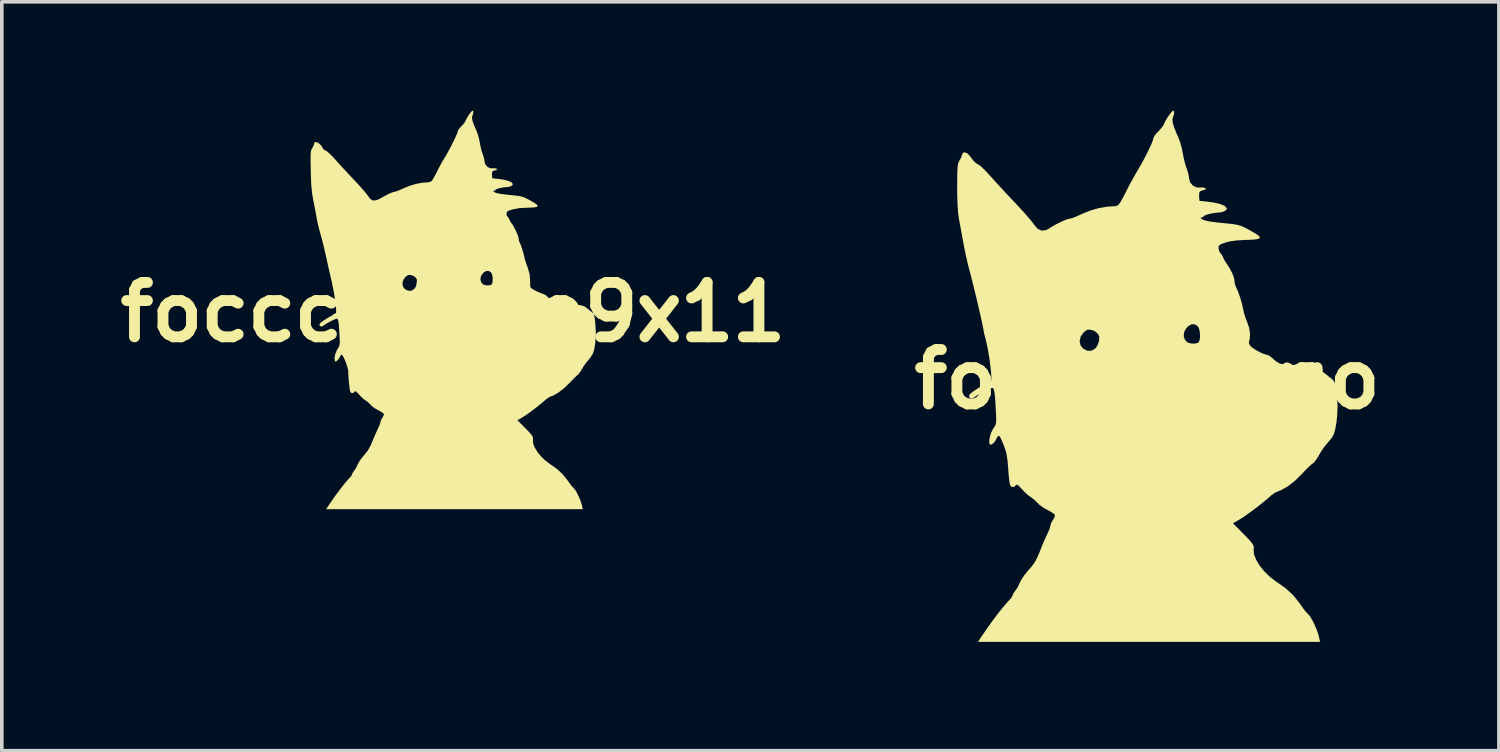
<source format=kicad_pcb>
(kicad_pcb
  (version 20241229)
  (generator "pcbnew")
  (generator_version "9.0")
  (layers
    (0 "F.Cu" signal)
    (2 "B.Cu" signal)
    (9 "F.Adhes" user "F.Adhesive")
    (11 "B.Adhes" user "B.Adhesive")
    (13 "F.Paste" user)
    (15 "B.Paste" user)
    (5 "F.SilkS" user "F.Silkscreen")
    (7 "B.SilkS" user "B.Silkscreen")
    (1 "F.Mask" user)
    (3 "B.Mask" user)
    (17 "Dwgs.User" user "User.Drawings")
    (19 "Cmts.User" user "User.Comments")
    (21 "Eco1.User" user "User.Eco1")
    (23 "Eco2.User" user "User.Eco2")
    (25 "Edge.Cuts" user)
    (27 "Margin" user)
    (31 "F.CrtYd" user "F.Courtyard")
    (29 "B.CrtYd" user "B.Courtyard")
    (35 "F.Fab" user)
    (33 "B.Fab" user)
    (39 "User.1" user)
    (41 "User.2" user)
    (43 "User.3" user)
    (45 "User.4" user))
  (footprint "foccci_logo9x11"
    (layer "F.Cu")
    (at 9.443 5.557)
    (property "Reference" "foccci_logo9x11" (at 0 0 0) (layer "F.SilkS") (effects (font (size 1.5 1.5) (thickness 0.3))))
    (attr board_only exclude_from_pos_files exclude_from_bom)
    (fp_poly (pts (xy 0.556 -5.537) (xy 0.552 -5.484) (xy 0.531 -5.423) (xy 0.519 -5.373) (xy 0.526 -5.306) (xy 0.553 -5.214) (xy 0.602 -5.09) (xy 0.643 -4.999) (xy 0.681 -4.898) (xy 0.714 -4.775) (xy 0.734 -4.676) (xy 0.756 -4.561) (xy 0.785 -4.445) (xy 0.812 -4.364) (xy 0.841 -4.275) (xy 0.86 -4.193) (xy 0.863 -4.159) (xy 0.885 -4.075) (xy 0.942 -4.008) (xy 1.019 -3.969) (xy 1.08 -3.967) (xy 1.147 -3.969) (xy 1.194 -3.958) (xy 1.212 -3.943) (xy 1.204 -3.93) (xy 1.162 -3.913) (xy 1.096 -3.893) (xy 1.073 -3.86) (xy 1.071 -3.787) (xy 1.078 -3.692) (xy 1.231 -3.677) (xy 1.385 -3.655) (xy 1.51 -3.624) (xy 1.596 -3.587) (xy 1.626 -3.562) (xy 1.646 -3.526) (xy 1.624 -3.496) (xy 1.612 -3.486) (xy 1.549 -3.459) (xy 1.494 -3.451) (xy 1.419 -3.446) (xy 1.335 -3.432) (xy 1.255 -3.413) (xy 1.194 -3.392) (xy 1.167 -3.374) (xy 1.167 -3.373) (xy 1.146 -3.353) (xy 1.124 -3.349) (xy 1.1 -3.344) (xy 1.117 -3.324) (xy 1.139 -3.308) (xy 1.194 -3.286) (xy 1.293 -3.265) (xy 1.44 -3.245) (xy 1.552 -3.233) (xy 1.694 -3.219) (xy 1.798 -3.206) (xy 1.877 -3.191) (xy 1.944 -3.17) (xy 2.012 -3.14) (xy 2.093 -3.098) (xy 2.122 -3.082) (xy 2.239 -3.015) (xy 2.309 -2.964) (xy 2.333 -2.928) (xy 2.308 -2.904) (xy 2.235 -2.89) (xy 2.112 -2.883) (xy 2.055 -2.882) (xy 1.831 -2.87) (xy 1.653 -2.838) (xy 1.63 -2.832) (xy 1.545 -2.804) (xy 1.497 -2.781) (xy 1.476 -2.754) (xy 1.472 -2.715) (xy 1.472 -2.712) (xy 1.478 -2.66) (xy 1.494 -2.639) (xy 1.517 -2.618) (xy 1.546 -2.566) (xy 1.55 -2.556) (xy 1.577 -2.498) (xy 1.599 -2.463) (xy 1.601 -2.461) (xy 1.631 -2.424) (xy 1.672 -2.354) (xy 1.717 -2.267) (xy 1.758 -2.177) (xy 1.789 -2.099) (xy 1.802 -2.048) (xy 1.802 -2.047) (xy 1.811 -1.978) (xy 1.827 -1.934) (xy 1.864 -1.854) (xy 1.903 -1.744) (xy 1.938 -1.623) (xy 1.959 -1.535) (xy 1.982 -1.442) (xy 2.018 -1.33) (xy 2.05 -1.243) (xy 2.105 -1.055) (xy 2.12 -0.901) (xy 2.123 -0.807) (xy 2.125 -0.733) (xy 2.128 -0.692) (xy 2.128 -0.692) (xy 2.152 -0.663) (xy 2.212 -0.623) (xy 2.296 -0.579) (xy 2.392 -0.536) (xy 2.468 -0.509) (xy 2.538 -0.478) (xy 2.589 -0.44) (xy 2.594 -0.433) (xy 2.643 -0.385) (xy 2.708 -0.345) (xy 2.772 -0.322) (xy 2.818 -0.323) (xy 2.825 -0.328) (xy 2.875 -0.353) (xy 2.939 -0.338) (xy 2.996 -0.303) (xy 3.058 -0.272) (xy 3.154 -0.247) (xy 3.292 -0.224) (xy 3.334 -0.219) (xy 3.458 -0.202) (xy 3.544 -0.186) (xy 3.604 -0.166) (xy 3.651 -0.139) (xy 3.684 -0.112) (xy 3.753 -0.056) (xy 3.817 -0.007) (xy 3.83 0.002) (xy 3.858 0.025) (xy 3.878 0.057) (xy 3.893 0.109) (xy 3.906 0.192) (xy 3.919 0.314) (xy 3.934 0.581) (xy 3.919 0.836) (xy 3.889 1.028) (xy 3.853 1.137) (xy 3.785 1.248) (xy 3.7 1.349) (xy 3.651 1.411) (xy 3.592 1.497) (xy 3.549 1.567) (xy 3.503 1.643) (xy 3.463 1.699) (xy 3.44 1.723) (xy 3.413 1.744) (xy 3.359 1.795) (xy 3.287 1.868) (xy 3.213 1.945) (xy 3.051 2.1) (xy 2.895 2.22) (xy 2.751 2.3) (xy 2.69 2.322) (xy 2.63 2.351) (xy 2.562 2.4) (xy 2.55 2.411) (xy 2.46 2.49) (xy 2.347 2.582) (xy 2.222 2.679) (xy 2.098 2.771) (xy 1.988 2.848) (xy 1.907 2.899) (xy 1.77 2.977) (xy 1.924 3.131) (xy 2.033 3.241) (xy 2.11 3.322) (xy 2.16 3.382) (xy 2.189 3.427) (xy 2.201 3.464) (xy 2.201 3.501) (xy 2.198 3.524) (xy 2.205 3.618) (xy 2.249 3.731) (xy 2.323 3.853) (xy 2.422 3.974) (xy 2.538 4.087) (xy 2.66 4.179) (xy 2.852 4.314) (xy 3.006 4.454) (xy 3.135 4.609) (xy 3.162 4.648) (xy 3.223 4.734) (xy 3.279 4.805) (xy 3.32 4.85) (xy 3.327 4.856) (xy 3.365 4.9) (xy 3.411 4.978) (xy 3.46 5.077) (xy 3.505 5.183) (xy 3.538 5.283) (xy 3.549 5.322) (xy 3.572 5.43) (xy 0.035 5.43) (xy -3.503 5.43) (xy -3.371 5.234) (xy -3.284 5.108) (xy -3.188 4.975) (xy -3.09 4.846) (xy -2.998 4.729) (xy -2.918 4.635) (xy -2.86 4.572) (xy -2.857 4.569) (xy -2.813 4.52) (xy -2.792 4.48) (xy -2.791 4.476) (xy -2.776 4.437) (xy -2.739 4.382) (xy -2.731 4.373) (xy -2.682 4.299) (xy -2.64 4.213) (xy -2.636 4.202) (xy -2.602 4.135) (xy -2.543 4.049) (xy -2.472 3.96) (xy -2.46 3.946) (xy -2.36 3.822) (xy -2.282 3.687) (xy -2.234 3.576) (xy -2.185 3.457) (xy -2.132 3.336) (xy -2.085 3.234) (xy -2.077 3.217) (xy -2.039 3.133) (xy -2.013 3.062) (xy -2.005 3.024) (xy -1.989 2.971) (xy -1.953 2.91) (xy -1.951 2.908) (xy -1.919 2.852) (xy -1.911 2.807) (xy -1.912 2.805) (xy -1.941 2.775) (xy -2.002 2.735) (xy -2.066 2.702) (xy -2.155 2.652) (xy -2.236 2.592) (xy -2.273 2.555) (xy -2.335 2.492) (xy -2.401 2.442) (xy -2.412 2.436) (xy -2.466 2.396) (xy -2.536 2.333) (xy -2.59 2.275) (xy -2.65 2.21) (xy -2.688 2.18) (xy -2.711 2.18) (xy -2.72 2.193) (xy -2.762 2.229) (xy -2.811 2.224) (xy -2.834 2.201) (xy -2.844 2.164) (xy -2.856 2.089) (xy -2.868 1.989) (xy -2.879 1.878) (xy -2.887 1.769) (xy -2.892 1.674) (xy -2.892 1.639) (xy -2.9 1.577) (xy -2.923 1.492) (xy -2.955 1.397) (xy -2.991 1.305) (xy -3.028 1.228) (xy -3.059 1.179) (xy -3.075 1.167) (xy -3.1 1.188) (xy -3.119 1.224) (xy -3.155 1.286) (xy -3.194 1.329) (xy -3.233 1.36) (xy -3.253 1.357) (xy -3.263 1.335) (xy -3.272 1.256) (xy -3.252 1.157) (xy -3.21 1.053) (xy -3.184 1.01) (xy -3.156 0.964) (xy -3.138 0.923) (xy -3.128 0.874) (xy -3.126 0.806) (xy -3.13 0.705) (xy -3.134 0.627) (xy -3.144 0.461) (xy -3.153 0.339) (xy -3.164 0.256) (xy -3.176 0.206) (xy -3.192 0.182) (xy -3.205 0.178) (xy -3.252 0.191) (xy -3.326 0.224) (xy -3.414 0.269) (xy -3.501 0.319) (xy -3.571 0.365) (xy -3.588 0.378) (xy -3.635 0.396) (xy -3.673 0.381) (xy -3.689 0.346) (xy -3.674 0.311) (xy -3.636 0.277) (xy -3.573 0.231) (xy -3.498 0.181) (xy -3.425 0.137) (xy -3.37 0.108) (xy -3.349 0.101) (xy -3.325 0.084) (xy -3.324 0.079) (xy -3.303 0.056) (xy -3.27 0.043) (xy -3.243 0.032) (xy -3.229 0.012) (xy -3.225 -0.031) (xy -3.229 -0.105) (xy -3.234 -0.17) (xy -3.251 -0.31) (xy -3.278 -0.482) (xy -3.312 -0.667) (xy -3.337 -0.786) (xy -1.4 -0.786) (xy -1.38 -0.698) (xy -1.329 -0.636) (xy -1.238 -0.591) (xy -1.149 -0.593) (xy -1.071 -0.642) (xy -1.068 -0.645) (xy -1.026 -0.711) (xy -0.999 -0.794) (xy -0.997 -0.806) (xy -0.994 -0.88) (xy -0.999 -0.892) (xy 0.752 -0.892) (xy 0.781 -0.813) (xy 0.83 -0.764) (xy 0.897 -0.742) (xy 0.976 -0.739) (xy 1.042 -0.754) (xy 1.061 -0.766) (xy 1.082 -0.816) (xy 1.09 -0.895) (xy 1.085 -0.982) (xy 1.066 -1.057) (xy 1.052 -1.085) (xy 0.993 -1.134) (xy 0.924 -1.14) (xy 0.853 -1.107) (xy 0.792 -1.038) (xy 0.761 -0.975) (xy 0.752 -0.892) (xy -0.999 -0.892) (xy -1.015 -0.931) (xy -1.042 -0.961) (xy -1.093 -0.999) (xy -1.132 -1.015) (xy -1.183 -1.024) (xy -1.203 -1.03) (xy -1.248 -1.023) (xy -1.31 -0.977) (xy -1.319 -0.969) (xy -1.38 -0.881) (xy -1.4 -0.786) (xy -3.337 -0.786) (xy -3.349 -0.847) (xy -3.374 -0.952) (xy -3.387 -1.009) (xy -3.409 -1.106) (xy -3.438 -1.232) (xy -3.47 -1.377) (xy -3.499 -1.51) (xy -3.536 -1.674) (xy -3.575 -1.838) (xy -3.613 -1.988) (xy -3.646 -2.112) (xy -3.664 -2.177) (xy -3.701 -2.31) (xy -3.737 -2.463) (xy -3.765 -2.601) (xy -3.766 -2.608) (xy -3.788 -2.732) (xy -3.816 -2.882) (xy -3.845 -3.034) (xy -3.86 -3.108) (xy -3.882 -3.231) (xy -3.898 -3.356) (xy -3.911 -3.495) (xy -3.919 -3.659) (xy -3.925 -3.861) (xy -3.926 -3.914) (xy -3.93 -4.092) (xy -3.931 -4.226) (xy -3.93 -4.325) (xy -3.926 -4.395) (xy -3.919 -4.445) (xy -3.908 -4.482) (xy -3.892 -4.513) (xy -3.884 -4.526) (xy -3.85 -4.592) (xy -3.832 -4.645) (xy -3.832 -4.653) (xy -3.816 -4.688) (xy -3.777 -4.692) (xy -3.725 -4.669) (xy -3.669 -4.627) (xy -3.62 -4.571) (xy -3.59 -4.513) (xy -3.556 -4.475) (xy -3.515 -4.456) (xy -3.475 -4.431) (xy -3.411 -4.376) (xy -3.333 -4.299) (xy -3.259 -4.219) (xy -3.175 -4.124) (xy -3.066 -4.005) (xy -2.943 -3.872) (xy -2.817 -3.737) (xy -2.734 -3.65) (xy -2.625 -3.533) (xy -2.524 -3.421) (xy -2.439 -3.323) (xy -2.376 -3.245) (xy -2.343 -3.2) (xy -2.287 -3.125) (xy -2.227 -3.085) (xy -2.153 -3.08) (xy -2.059 -3.111) (xy -1.936 -3.177) (xy -1.923 -3.184) (xy -1.822 -3.24) (xy -1.726 -3.285) (xy -1.649 -3.313) (xy -1.632 -3.316) (xy -1.561 -3.335) (xy -1.466 -3.371) (xy -1.365 -3.417) (xy -1.358 -3.42) (xy -1.201 -3.485) (xy -1.026 -3.537) (xy -0.854 -3.569) (xy -0.734 -3.578) (xy -0.661 -3.586) (xy -0.605 -3.608) (xy -0.602 -3.61) (xy -0.574 -3.645) (xy -0.531 -3.715) (xy -0.48 -3.808) (xy -0.443 -3.881) (xy -0.382 -4.001) (xy -0.317 -4.121) (xy -0.258 -4.223) (xy -0.234 -4.262) (xy -0.182 -4.347) (xy -0.123 -4.454) (xy -0.06 -4.573) (xy 0.000277 -4.693) (xy 0.054 -4.805) (xy 0.096 -4.899) (xy 0.122 -4.965) (xy 0.127 -4.989) (xy 0.144 -5.03) (xy 0.189 -5.088) (xy 0.225 -5.126) (xy 0.285 -5.19) (xy 0.33 -5.251) (xy 0.342 -5.277) (xy 0.367 -5.333) (xy 0.408 -5.403) (xy 0.455 -5.473) (xy 0.499 -5.528) (xy 0.531 -5.556) (xy 0.535 -5.557)) (stroke (width 0) (type solid)) (fill yes) (layer "F.SilkS")))
  (footprint "foccci_logo"
    (layer "F.Cu")
    (at 28.579 7.407)
    (property "Reference" "foccci_logo" (at 0 0 0) (layer "F.SilkS") (effects (font (size 1.5 1.5) (thickness 0.3))))
    (attr board_only exclude_from_pos_files exclude_from_bom)
    (fp_poly (pts (xy 0.741 -7.38) (xy 0.736 -7.31) (xy 0.707 -7.228) (xy 0.692 -7.161) (xy 0.701 -7.072) (xy 0.737 -6.95) (xy 0.803 -6.785) (xy 0.857 -6.663) (xy 0.907 -6.528) (xy 0.952 -6.365) (xy 0.978 -6.232) (xy 1.007 -6.079) (xy 1.047 -5.925) (xy 1.082 -5.817) (xy 1.122 -5.699) (xy 1.146 -5.589) (xy 1.15 -5.544) (xy 1.179 -5.432) (xy 1.255 -5.342) (xy 1.359 -5.29) (xy 1.44 -5.287) (xy 1.529 -5.29) (xy 1.592 -5.275) (xy 1.615 -5.256) (xy 1.604 -5.238) (xy 1.549 -5.216) (xy 1.461 -5.189) (xy 1.43 -5.145) (xy 1.427 -5.048) (xy 1.437 -4.921) (xy 1.64 -4.9) (xy 1.846 -4.871) (xy 2.012 -4.831) (xy 2.127 -4.782) (xy 2.168 -4.748) (xy 2.193 -4.7) (xy 2.165 -4.659) (xy 2.148 -4.647) (xy 2.065 -4.611) (xy 1.991 -4.6) (xy 1.892 -4.592) (xy 1.779 -4.574) (xy 1.673 -4.549) (xy 1.592 -4.522) (xy 1.556 -4.497) (xy 1.556 -4.495) (xy 1.528 -4.469) (xy 1.498 -4.464) (xy 1.466 -4.458) (xy 1.489 -4.431) (xy 1.518 -4.409) (xy 1.591 -4.379) (xy 1.724 -4.351) (xy 1.919 -4.325) (xy 2.069 -4.309) (xy 2.258 -4.291) (xy 2.397 -4.274) (xy 2.502 -4.253) (xy 2.592 -4.226) (xy 2.682 -4.186) (xy 2.79 -4.129) (xy 2.828 -4.108) (xy 2.982 -4.02) (xy 3.075 -3.954) (xy 3.106 -3.907) (xy 3.074 -3.875) (xy 2.978 -3.856) (xy 2.816 -3.846) (xy 2.723 -3.843) (xy 2.464 -3.829) (xy 2.261 -3.8) (xy 2.156 -3.772) (xy 2.047 -3.733) (xy 1.988 -3.699) (xy 1.965 -3.658) (xy 1.962 -3.617) (xy 1.979 -3.533) (xy 2.011 -3.485) (xy 2.062 -3.419) (xy 2.084 -3.371) (xy 2.12 -3.294) (xy 2.176 -3.204) (xy 2.182 -3.196) (xy 2.27 -3.062) (xy 2.342 -2.923) (xy 2.389 -2.798) (xy 2.401 -2.724) (xy 2.413 -2.632) (xy 2.431 -2.578) (xy 2.498 -2.426) (xy 2.563 -2.243) (xy 2.614 -2.063) (xy 2.636 -1.959) (xy 2.668 -1.818) (xy 2.714 -1.674) (xy 2.735 -1.622) (xy 2.803 -1.433) (xy 2.832 -1.257) (xy 2.822 -1.113) (xy 2.815 -1.09) (xy 2.799 -1.003) (xy 2.829 -0.933) (xy 2.836 -0.923) (xy 2.899 -0.868) (xy 2.999 -0.804) (xy 3.114 -0.742) (xy 3.22 -0.696) (xy 3.296 -0.676) (xy 3.298 -0.676) (xy 3.357 -0.654) (xy 3.428 -0.599) (xy 3.434 -0.594) (xy 3.547 -0.496) (xy 3.649 -0.435) (xy 3.728 -0.418) (xy 3.761 -0.433) (xy 3.828 -0.47) (xy 3.912 -0.453) (xy 3.992 -0.405) (xy 4.082 -0.363) (xy 4.226 -0.325) (xy 4.431 -0.292) (xy 4.446 -0.29) (xy 4.613 -0.266) (xy 4.73 -0.243) (xy 4.811 -0.215) (xy 4.875 -0.178) (xy 4.914 -0.147) (xy 5.005 -0.072) (xy 5.09 -0.008) (xy 5.105 0.003) (xy 5.157 0.072) (xy 5.197 0.194) (xy 5.224 0.359) (xy 5.24 0.552) (xy 5.243 0.761) (xy 5.235 0.974) (xy 5.216 1.177) (xy 5.184 1.36) (xy 5.142 1.508) (xy 5.093 1.601) (xy 5.02 1.693) (xy 4.937 1.79) (xy 4.929 1.799) (xy 4.863 1.883) (xy 4.785 2) (xy 4.726 2.1) (xy 4.663 2.204) (xy 4.604 2.282) (xy 4.565 2.317) (xy 4.522 2.348) (xy 4.445 2.418) (xy 4.348 2.516) (xy 4.267 2.603) (xy 4.065 2.802) (xy 3.862 2.958) (xy 3.67 3.064) (xy 3.585 3.095) (xy 3.505 3.134) (xy 3.415 3.199) (xy 3.399 3.214) (xy 3.28 3.319) (xy 3.128 3.442) (xy 2.962 3.571) (xy 2.797 3.693) (xy 2.65 3.796) (xy 2.541 3.865) (xy 2.36 3.968) (xy 2.565 4.174) (xy 2.709 4.32) (xy 2.812 4.428) (xy 2.879 4.507) (xy 2.918 4.567) (xy 2.934 4.617) (xy 2.934 4.666) (xy 2.93 4.697) (xy 2.94 4.822) (xy 2.998 4.972) (xy 3.096 5.133) (xy 3.225 5.295) (xy 3.378 5.445) (xy 3.545 5.572) (xy 3.549 5.574) (xy 3.806 5.755) (xy 4.011 5.941) (xy 4.178 6.145) (xy 4.211 6.193) (xy 4.29 6.307) (xy 4.365 6.403) (xy 4.421 6.462) (xy 4.429 6.468) (xy 4.482 6.529) (xy 4.546 6.636) (xy 4.613 6.77) (xy 4.674 6.915) (xy 4.719 7.05) (xy 4.73 7.094) (xy 4.762 7.238) (xy 0.046 7.238) (xy -4.669 7.238) (xy -4.493 6.976) (xy -4.377 6.808) (xy -4.249 6.632) (xy -4.119 6.459) (xy -3.995 6.304) (xy -3.89 6.178) (xy -3.812 6.094) (xy -3.808 6.09) (xy -3.749 6.024) (xy -3.721 5.971) (xy -3.72 5.966) (xy -3.7 5.914) (xy -3.651 5.841) (xy -3.641 5.828) (xy -3.574 5.729) (xy -3.519 5.615) (xy -3.514 5.603) (xy -3.468 5.513) (xy -3.39 5.398) (xy -3.298 5.285) (xy -3.295 5.282) (xy -3.188 5.158) (xy -3.107 5.047) (xy -3.041 4.927) (xy -2.976 4.777) (xy -2.931 4.662) (xy -2.872 4.515) (xy -2.805 4.363) (xy -2.761 4.27) (xy -2.712 4.163) (xy -2.68 4.072) (xy -2.672 4.03) (xy -2.652 3.96) (xy -2.603 3.879) (xy -2.601 3.876) (xy -2.558 3.802) (xy -2.547 3.742) (xy -2.549 3.738) (xy -2.587 3.699) (xy -2.669 3.646) (xy -2.753 3.602) (xy -2.873 3.534) (xy -2.98 3.455) (xy -3.03 3.406) (xy -3.113 3.322) (xy -3.201 3.255) (xy -3.214 3.247) (xy -3.288 3.194) (xy -3.38 3.109) (xy -3.452 3.033) (xy -3.533 2.946) (xy -3.583 2.906) (xy -3.613 2.906) (xy -3.626 2.923) (xy -3.682 2.971) (xy -3.745 2.961) (xy -3.782 2.917) (xy -3.796 2.861) (xy -3.811 2.753) (xy -3.825 2.61) (xy -3.835 2.469) (xy -3.856 2.223) (xy -3.887 2.032) (xy -3.929 1.894) (xy -3.99 1.738) (xy -4.034 1.637) (xy -4.066 1.58) (xy -4.091 1.557) (xy -4.099 1.556) (xy -4.132 1.583) (xy -4.157 1.632) (xy -4.201 1.712) (xy -4.259 1.774) (xy -4.313 1.804) (xy -4.346 1.792) (xy -4.36 1.719) (xy -4.347 1.61) (xy -4.313 1.49) (xy -4.262 1.381) (xy -4.242 1.349) (xy -4.205 1.297) (xy -4.182 1.247) (xy -4.17 1.186) (xy -4.167 1.097) (xy -4.171 0.966) (xy -4.177 0.846) (xy -4.19 0.622) (xy -4.202 0.458) (xy -4.216 0.346) (xy -4.233 0.277) (xy -4.253 0.244) (xy -4.272 0.237) (xy -4.334 0.255) (xy -4.434 0.299) (xy -4.551 0.359) (xy -4.666 0.425) (xy -4.759 0.487) (xy -4.782 0.504) (xy -4.844 0.528) (xy -4.896 0.508) (xy -4.917 0.462) (xy -4.898 0.415) (xy -4.847 0.37) (xy -4.762 0.308) (xy -4.662 0.242) (xy -4.566 0.183) (xy -4.492 0.144) (xy -4.464 0.135) (xy -4.431 0.112) (xy -4.431 0.105) (xy -4.402 0.074) (xy -4.359 0.057) (xy -4.323 0.043) (xy -4.304 0.016) (xy -4.298 -0.041) (xy -4.304 -0.14) (xy -4.311 -0.226) (xy -4.332 -0.41) (xy -4.36 -0.612) (xy -4.394 -0.811) (xy -4.429 -0.987) (xy -4.444 -1.048) (xy -1.866 -1.048) (xy -1.839 -0.931) (xy -1.771 -0.848) (xy -1.651 -0.787) (xy -1.532 -0.79) (xy -1.427 -0.855) (xy -1.424 -0.859) (xy -1.368 -0.948) (xy -1.332 -1.058) (xy -1.329 -1.074) (xy -1.325 -1.173) (xy -1.331 -1.189) (xy 1.002 -1.189) (xy 1.04 -1.083) (xy 1.106 -1.018) (xy 1.196 -0.989) (xy 1.301 -0.984) (xy 1.388 -1.004) (xy 1.414 -1.021) (xy 1.443 -1.088) (xy 1.453 -1.193) (xy 1.446 -1.309) (xy 1.421 -1.409) (xy 1.402 -1.447) (xy 1.323 -1.512) (xy 1.231 -1.52) (xy 1.138 -1.476) (xy 1.055 -1.384) (xy 1.014 -1.3) (xy 1.002 -1.189) (xy -1.331 -1.189) (xy -1.353 -1.241) (xy -1.389 -1.28) (xy -1.457 -1.332) (xy -1.509 -1.353) (xy -1.576 -1.364) (xy -1.603 -1.373) (xy -1.664 -1.363) (xy -1.746 -1.303) (xy -1.758 -1.291) (xy -1.839 -1.174) (xy -1.866 -1.048) (xy -4.444 -1.048) (xy -4.461 -1.119) (xy -4.465 -1.133) (xy -4.493 -1.239) (xy -4.516 -1.356) (xy -4.516 -1.36) (xy -4.535 -1.459) (xy -4.567 -1.61) (xy -4.609 -1.8) (xy -4.659 -2.016) (xy -4.713 -2.246) (xy -4.769 -2.475) (xy -4.822 -2.692) (xy -4.871 -2.882) (xy -4.901 -2.993) (xy -4.951 -3.191) (xy -5.004 -3.421) (xy -5.051 -3.648) (xy -5.074 -3.771) (xy -5.108 -3.96) (xy -5.143 -4.153) (xy -5.175 -4.324) (xy -5.194 -4.426) (xy -5.217 -4.591) (xy -5.232 -4.817) (xy -5.241 -5.097) (xy -5.242 -5.305) (xy -5.241 -5.53) (xy -5.239 -5.697) (xy -5.234 -5.818) (xy -5.225 -5.903) (xy -5.211 -5.963) (xy -5.192 -6.009) (xy -5.175 -6.037) (xy -5.129 -6.122) (xy -5.108 -6.193) (xy -5.107 -6.198) (xy -5.08 -6.247) (xy -5.031 -6.257) (xy -4.96 -6.23) (xy -4.881 -6.144) (xy -4.853 -6.104) (xy -4.782 -6.014) (xy -4.71 -5.949) (xy -4.675 -5.931) (xy -4.622 -5.899) (xy -4.539 -5.825) (xy -4.436 -5.722) (xy -4.342 -5.619) (xy -4.23 -5.494) (xy -4.086 -5.337) (xy -3.923 -5.161) (xy -3.756 -4.982) (xy -3.646 -4.866) (xy -3.5 -4.71) (xy -3.366 -4.562) (xy -3.252 -4.43) (xy -3.167 -4.327) (xy -3.124 -4.267) (xy -3.027 -4.153) (xy -2.914 -4.1) (xy -2.793 -4.112) (xy -2.716 -4.153) (xy -2.609 -4.221) (xy -2.481 -4.291) (xy -2.349 -4.355) (xy -2.232 -4.404) (xy -2.149 -4.429) (xy -2.134 -4.431) (xy -2.07 -4.445) (xy -1.967 -4.484) (xy -1.845 -4.54) (xy -1.825 -4.549) (xy -1.599 -4.644) (xy -1.35 -4.717) (xy -1.107 -4.76) (xy -0.962 -4.769) (xy -0.864 -4.775) (xy -0.803 -4.804) (xy -0.749 -4.873) (xy -0.735 -4.896) (xy -0.678 -4.997) (xy -0.61 -5.127) (xy -0.561 -5.225) (xy -0.502 -5.343) (xy -0.419 -5.495) (xy -0.327 -5.657) (xy -0.273 -5.75) (xy -0.171 -5.926) (xy -0.073 -6.106) (xy 0.016 -6.28) (xy 0.089 -6.435) (xy 0.142 -6.559) (xy 0.167 -6.64) (xy 0.169 -6.655) (xy 0.192 -6.706) (xy 0.251 -6.782) (xy 0.301 -6.832) (xy 0.38 -6.918) (xy 0.439 -6.999) (xy 0.456 -7.033) (xy 0.49 -7.108) (xy 0.544 -7.201) (xy 0.607 -7.294) (xy 0.666 -7.368) (xy 0.707 -7.406) (xy 0.713 -7.407)) (stroke (width 0) (type solid)) (fill yes) (layer "F.SilkS")))
  (gr_rect
    (start -3 -3)
    (end 38.271 17.645)
    (stroke (width 0.1) (type default))
    (fill no)
    (layer "Edge.Cuts")))
</source>
